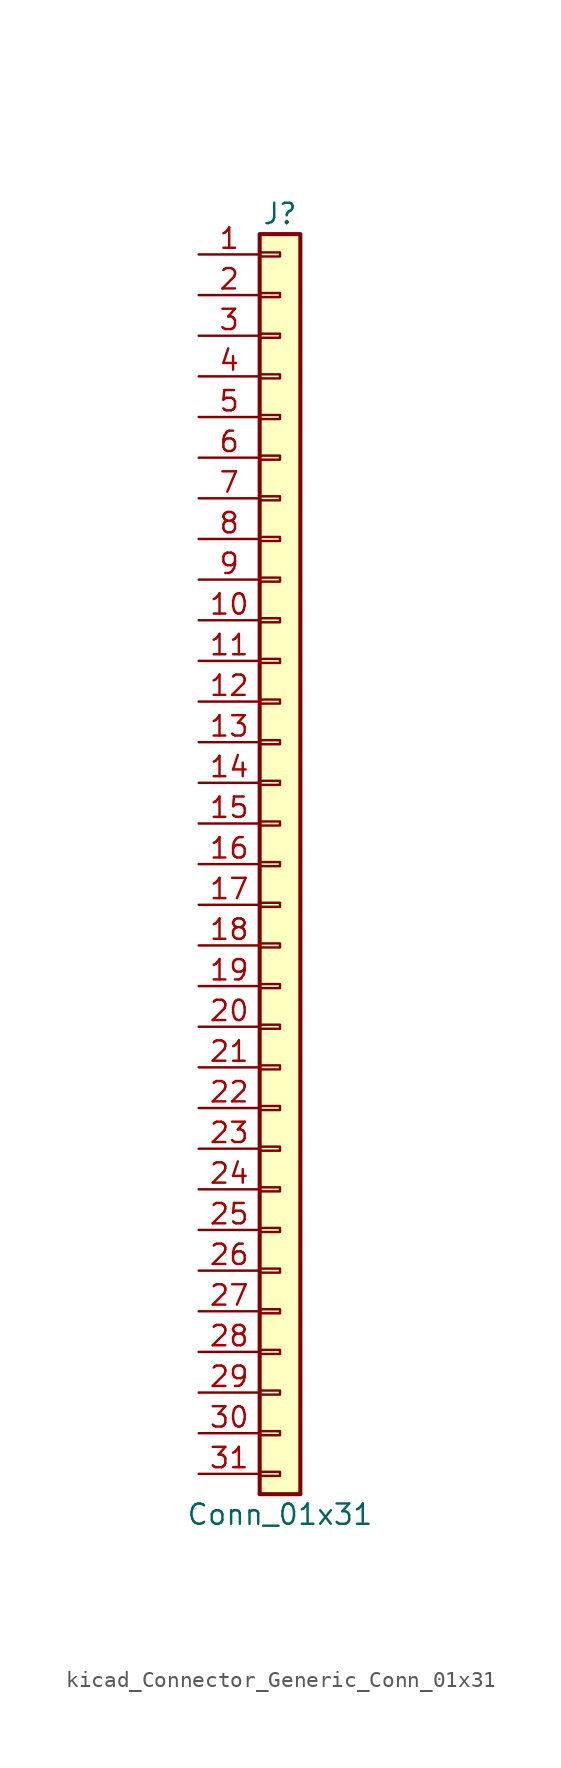
<source format=kicad_sym>
(kicad_symbol_lib
  (version 20220914)
  (generator kicad_symbol_editor)
  (symbol "kicad_Connector_Generic_Conn_01x31"
    (pin_names
      (offset 1.016) hide)
    (property "Reference" "J"
      (at 0 40.64 0)
      (effects (font (size 1.27 1.27))))
    (property "Value" "Conn_01x31"
      (at 0 -40.64 0)
      (effects (font (size 1.27 1.27))))
    (symbol "kicad_Connector_Generic_Conn_01x31_1_1"
      (rectangle (start -1.27 -37.973) (end 0 -38.227) (stroke (width 0.152) (type default)) (fill (type none)))
      (rectangle (start -1.27 -35.433) (end 0 -35.687) (stroke (width 0.152) (type default)) (fill (type none)))
      (rectangle (start -1.27 -32.893) (end 0 -33.147) (stroke (width 0.152) (type default)) (fill (type none)))
      (rectangle (start -1.27 -30.353) (end 0 -30.607) (stroke (width 0.152) (type default)) (fill (type none)))
      (rectangle (start -1.27 -27.813) (end 0 -28.067) (stroke (width 0.152) (type default)) (fill (type none)))
      (rectangle (start -1.27 -25.273) (end 0 -25.527) (stroke (width 0.152) (type default)) (fill (type none)))
      (rectangle (start -1.27 -22.733) (end 0 -22.987) (stroke (width 0.152) (type default)) (fill (type none)))
      (rectangle (start -1.27 -20.193) (end 0 -20.447) (stroke (width 0.152) (type default)) (fill (type none)))
      (rectangle (start -1.27 -17.653) (end 0 -17.907) (stroke (width 0.152) (type default)) (fill (type none)))
      (rectangle (start -1.27 -15.113) (end 0 -15.367) (stroke (width 0.152) (type default)) (fill (type none)))
      (rectangle (start -1.27 -12.573) (end 0 -12.827) (stroke (width 0.152) (type default)) (fill (type none)))
      (rectangle (start -1.27 -10.033) (end 0 -10.287) (stroke (width 0.152) (type default)) (fill (type none)))
      (rectangle (start -1.27 -7.493) (end 0 -7.747) (stroke (width 0.152) (type default)) (fill (type none)))
      (rectangle (start -1.27 -4.953) (end 0 -5.207) (stroke (width 0.152) (type default)) (fill (type none)))
      (rectangle (start -1.27 -2.413) (end 0 -2.667) (stroke (width 0.152) (type default)) (fill (type none)))
      (rectangle (start -1.27 0.127) (end 0 -0.127) (stroke (width 0.152) (type default)) (fill (type none)))
      (rectangle (start -1.27 2.667) (end 0 2.413) (stroke (width 0.152) (type default)) (fill (type none)))
      (rectangle (start -1.27 5.207) (end 0 4.953) (stroke (width 0.152) (type default)) (fill (type none)))
      (rectangle (start -1.27 7.747) (end 0 7.493) (stroke (width 0.152) (type default)) (fill (type none)))
      (rectangle (start -1.27 10.287) (end 0 10.033) (stroke (width 0.152) (type default)) (fill (type none)))
      (rectangle (start -1.27 12.827) (end 0 12.573) (stroke (width 0.152) (type default)) (fill (type none)))
      (rectangle (start -1.27 15.367) (end 0 15.113) (stroke (width 0.152) (type default)) (fill (type none)))
      (rectangle (start -1.27 17.907) (end 0 17.653) (stroke (width 0.152) (type default)) (fill (type none)))
      (rectangle (start -1.27 20.447) (end 0 20.193) (stroke (width 0.152) (type default)) (fill (type none)))
      (rectangle (start -1.27 22.987) (end 0 22.733) (stroke (width 0.152) (type default)) (fill (type none)))
      (rectangle (start -1.27 25.527) (end 0 25.273) (stroke (width 0.152) (type default)) (fill (type none)))
      (rectangle (start -1.27 28.067) (end 0 27.813) (stroke (width 0.152) (type default)) (fill (type none)))
      (rectangle (start -1.27 30.607) (end 0 30.353) (stroke (width 0.152) (type default)) (fill (type none)))
      (rectangle (start -1.27 33.147) (end 0 32.893) (stroke (width 0.152) (type default)) (fill (type none)))
      (rectangle (start -1.27 35.687) (end 0 35.433) (stroke (width 0.152) (type default)) (fill (type none)))
      (rectangle (start -1.27 38.227) (end 0 37.973) (stroke (width 0.152) (type default)) (fill (type none)))
      (rectangle (start -1.27 39.37) (end 1.27 -39.37) (stroke (width 0.254) (type default)) (fill (type background)))
      (pin passive line (at -5.08 38.1 0) (length 3.81) (name "Pin_1" (effects (font (size 1.27 1.27)))) (number "1" (effects (font (size 1.27 1.27)))))
      (pin passive line (at -5.08 15.24 0) (length 3.81) (name "Pin_10" (effects (font (size 1.27 1.27)))) (number "10" (effects (font (size 1.27 1.27)))))
      (pin passive line (at -5.08 12.7 0) (length 3.81) (name "Pin_11" (effects (font (size 1.27 1.27)))) (number "11" (effects (font (size 1.27 1.27)))))
      (pin passive line (at -5.08 10.16 0) (length 3.81) (name "Pin_12" (effects (font (size 1.27 1.27)))) (number "12" (effects (font (size 1.27 1.27)))))
      (pin passive line (at -5.08 7.62 0) (length 3.81) (name "Pin_13" (effects (font (size 1.27 1.27)))) (number "13" (effects (font (size 1.27 1.27)))))
      (pin passive line (at -5.08 5.08 0) (length 3.81) (name "Pin_14" (effects (font (size 1.27 1.27)))) (number "14" (effects (font (size 1.27 1.27)))))
      (pin passive line (at -5.08 2.54 0) (length 3.81) (name "Pin_15" (effects (font (size 1.27 1.27)))) (number "15" (effects (font (size 1.27 1.27)))))
      (pin passive line (at -5.08 0 0) (length 3.81) (name "Pin_16" (effects (font (size 1.27 1.27)))) (number "16" (effects (font (size 1.27 1.27)))))
      (pin passive line (at -5.08 -2.54 0) (length 3.81) (name "Pin_17" (effects (font (size 1.27 1.27)))) (number "17" (effects (font (size 1.27 1.27)))))
      (pin passive line (at -5.08 -5.08 0) (length 3.81) (name "Pin_18" (effects (font (size 1.27 1.27)))) (number "18" (effects (font (size 1.27 1.27)))))
      (pin passive line (at -5.08 -7.62 0) (length 3.81) (name "Pin_19" (effects (font (size 1.27 1.27)))) (number "19" (effects (font (size 1.27 1.27)))))
      (pin passive line (at -5.08 35.56 0) (length 3.81) (name "Pin_2" (effects (font (size 1.27 1.27)))) (number "2" (effects (font (size 1.27 1.27)))))
      (pin passive line (at -5.08 -10.16 0) (length 3.81) (name "Pin_20" (effects (font (size 1.27 1.27)))) (number "20" (effects (font (size 1.27 1.27)))))
      (pin passive line (at -5.08 -12.7 0) (length 3.81) (name "Pin_21" (effects (font (size 1.27 1.27)))) (number "21" (effects (font (size 1.27 1.27)))))
      (pin passive line (at -5.08 -15.24 0) (length 3.81) (name "Pin_22" (effects (font (size 1.27 1.27)))) (number "22" (effects (font (size 1.27 1.27)))))
      (pin passive line (at -5.08 -17.78 0) (length 3.81) (name "Pin_23" (effects (font (size 1.27 1.27)))) (number "23" (effects (font (size 1.27 1.27)))))
      (pin passive line (at -5.08 -20.32 0) (length 3.81) (name "Pin_24" (effects (font (size 1.27 1.27)))) (number "24" (effects (font (size 1.27 1.27)))))
      (pin passive line (at -5.08 -22.86 0) (length 3.81) (name "Pin_25" (effects (font (size 1.27 1.27)))) (number "25" (effects (font (size 1.27 1.27)))))
      (pin passive line (at -5.08 -25.4 0) (length 3.81) (name "Pin_26" (effects (font (size 1.27 1.27)))) (number "26" (effects (font (size 1.27 1.27)))))
      (pin passive line (at -5.08 -27.94 0) (length 3.81) (name "Pin_27" (effects (font (size 1.27 1.27)))) (number "27" (effects (font (size 1.27 1.27)))))
      (pin passive line (at -5.08 -30.48 0) (length 3.81) (name "Pin_28" (effects (font (size 1.27 1.27)))) (number "28" (effects (font (size 1.27 1.27)))))
      (pin passive line (at -5.08 -33.02 0) (length 3.81) (name "Pin_29" (effects (font (size 1.27 1.27)))) (number "29" (effects (font (size 1.27 1.27)))))
      (pin passive line (at -5.08 33.02 0) (length 3.81) (name "Pin_3" (effects (font (size 1.27 1.27)))) (number "3" (effects (font (size 1.27 1.27)))))
      (pin passive line (at -5.08 -35.56 0) (length 3.81) (name "Pin_30" (effects (font (size 1.27 1.27)))) (number "30" (effects (font (size 1.27 1.27)))))
      (pin passive line (at -5.08 -38.1 0) (length 3.81) (name "Pin_31" (effects (font (size 1.27 1.27)))) (number "31" (effects (font (size 1.27 1.27)))))
      (pin passive line (at -5.08 30.48 0) (length 3.81) (name "Pin_4" (effects (font (size 1.27 1.27)))) (number "4" (effects (font (size 1.27 1.27)))))
      (pin passive line (at -5.08 27.94 0) (length 3.81) (name "Pin_5" (effects (font (size 1.27 1.27)))) (number "5" (effects (font (size 1.27 1.27)))))
      (pin passive line (at -5.08 25.4 0) (length 3.81) (name "Pin_6" (effects (font (size 1.27 1.27)))) (number "6" (effects (font (size 1.27 1.27)))))
      (pin passive line (at -5.08 22.86 0) (length 3.81) (name "Pin_7" (effects (font (size 1.27 1.27)))) (number "7" (effects (font (size 1.27 1.27)))))
      (pin passive line (at -5.08 20.32 0) (length 3.81) (name "Pin_8" (effects (font (size 1.27 1.27)))) (number "8" (effects (font (size 1.27 1.27)))))
      (pin passive line (at -5.08 17.78 0) (length 3.81) (name "Pin_9" (effects (font (size 1.27 1.27)))) (number "9" (effects (font (size 1.27 1.27))))))))
</source>
